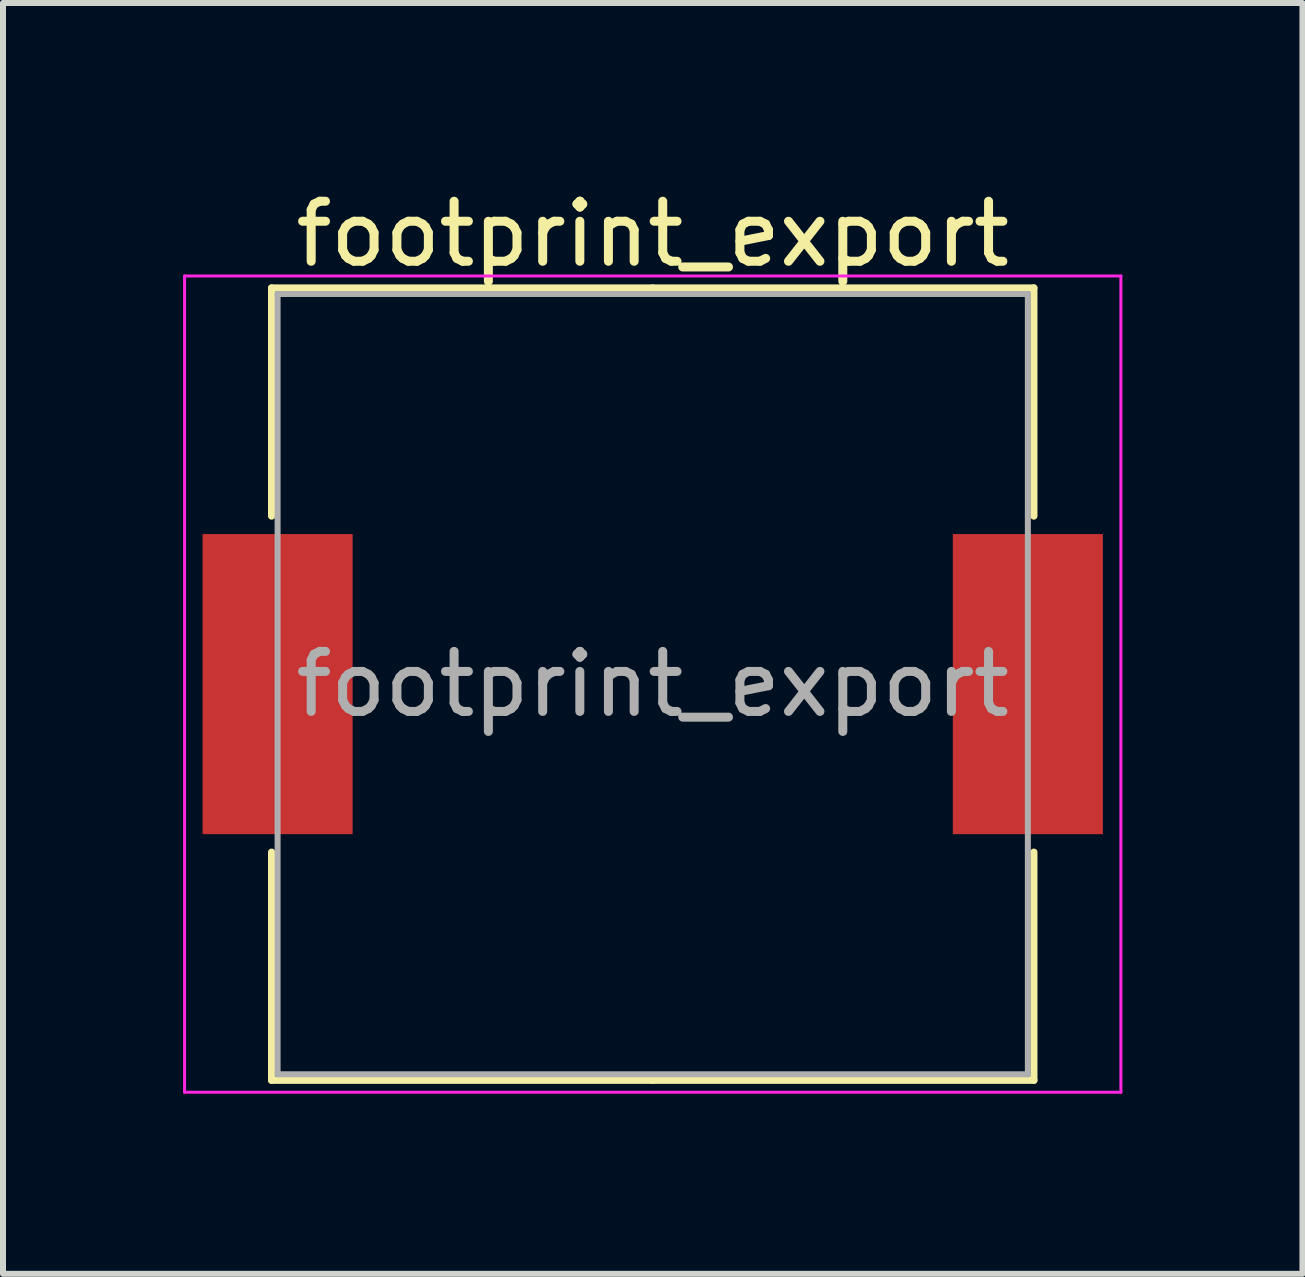
<source format=kicad_pcb>
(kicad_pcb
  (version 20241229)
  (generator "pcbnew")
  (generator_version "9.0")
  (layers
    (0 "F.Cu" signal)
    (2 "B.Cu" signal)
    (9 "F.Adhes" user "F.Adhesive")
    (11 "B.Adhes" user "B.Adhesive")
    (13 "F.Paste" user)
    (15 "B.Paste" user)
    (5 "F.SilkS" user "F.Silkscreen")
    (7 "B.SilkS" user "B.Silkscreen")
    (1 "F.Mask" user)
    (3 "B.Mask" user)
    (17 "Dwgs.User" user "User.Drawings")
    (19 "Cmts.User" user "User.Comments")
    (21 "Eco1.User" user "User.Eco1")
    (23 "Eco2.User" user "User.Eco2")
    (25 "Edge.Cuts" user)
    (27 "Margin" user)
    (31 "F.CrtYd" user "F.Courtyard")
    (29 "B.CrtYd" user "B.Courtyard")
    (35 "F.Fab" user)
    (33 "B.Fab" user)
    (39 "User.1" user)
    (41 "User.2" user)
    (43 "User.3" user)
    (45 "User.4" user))
  (footprint "footprint_export"
    (layer "F.Cu")
    (at 7.825 8.348)
    (property "Reference" "footprint_export" (at 0 -7.5 0) (layer "F.SilkS") (effects (font (size 1 1) (thickness 0.15))))
    (attr smd)
    (fp_line (start -6.35 -6.6) (end 0 -6.6) (stroke (width 0.12) (type solid)) (layer "F.SilkS"))
    (fp_line (start -6.35 -2.8) (end -6.35 -6.6) (stroke (width 0.12) (type solid)) (layer "F.SilkS"))
    (fp_line (start -6.35 2.8) (end -6.35 6.6) (stroke (width 0.12) (type solid)) (layer "F.SilkS"))
    (fp_line (start -6.35 6.6) (end 0 6.6) (stroke (width 0.12) (type solid)) (layer "F.SilkS"))
    (fp_line (start 6.35 -6.6) (end 0 -6.6) (stroke (width 0.12) (type solid)) (layer "F.SilkS"))
    (fp_line (start 6.35 -2.8) (end 6.35 -6.6) (stroke (width 0.12) (type solid)) (layer "F.SilkS"))
    (fp_line (start 6.35 2.8) (end 6.35 6.6) (stroke (width 0.12) (type solid)) (layer "F.SilkS"))
    (fp_line (start 6.35 6.6) (end 0 6.6) (stroke (width 0.12) (type solid)) (layer "F.SilkS"))
    (fp_line (start -7.8 -6.8) (end -7.8 6.8) (stroke (width 0.05) (type solid)) (layer "F.CrtYd"))
    (fp_line (start -7.8 6.8) (end 7.8 6.8) (stroke (width 0.05) (type solid)) (layer "F.CrtYd"))
    (fp_line (start 7.8 -6.8) (end -7.8 -6.8) (stroke (width 0.05) (type solid)) (layer "F.CrtYd"))
    (fp_line (start 7.8 6.8) (end 7.8 -6.8) (stroke (width 0.05) (type solid)) (layer "F.CrtYd"))
    (fp_line (start -6.25 -6.5) (end -6.25 6.5) (stroke (width 0.1) (type solid)) (layer "F.Fab"))
    (fp_line (start -6.25 6.5) (end 6.25 6.5) (stroke (width 0.1) (type solid)) (layer "F.Fab"))
    (fp_line (start 6.25 -6.5) (end -6.25 -6.5) (stroke (width 0.1) (type solid)) (layer "F.Fab"))
    (fp_line (start 6.25 6.5) (end 6.25 -6.5) (stroke (width 0.1) (type solid)) (layer "F.Fab"))
    (fp_text user "${REFERENCE}" (at 0 0 0) (layer "F.Fab") (effects (font (size 1 1) (thickness 0.15))))
    (pad "1" smd rect (at -6.25 0) (size 2.5 5) (layers "F.Cu" "F.Mask" "F.Paste"))
    (pad "2" smd rect (at 6.25 0) (size 2.5 5) (layers "F.Cu" "F.Mask" "F.Paste")))
  (gr_rect
    (start -3 -3)
    (end 18.65 18.173)
    (stroke (width 0.1) (type default))
    (fill no)
    (layer "Edge.Cuts")))
</source>
